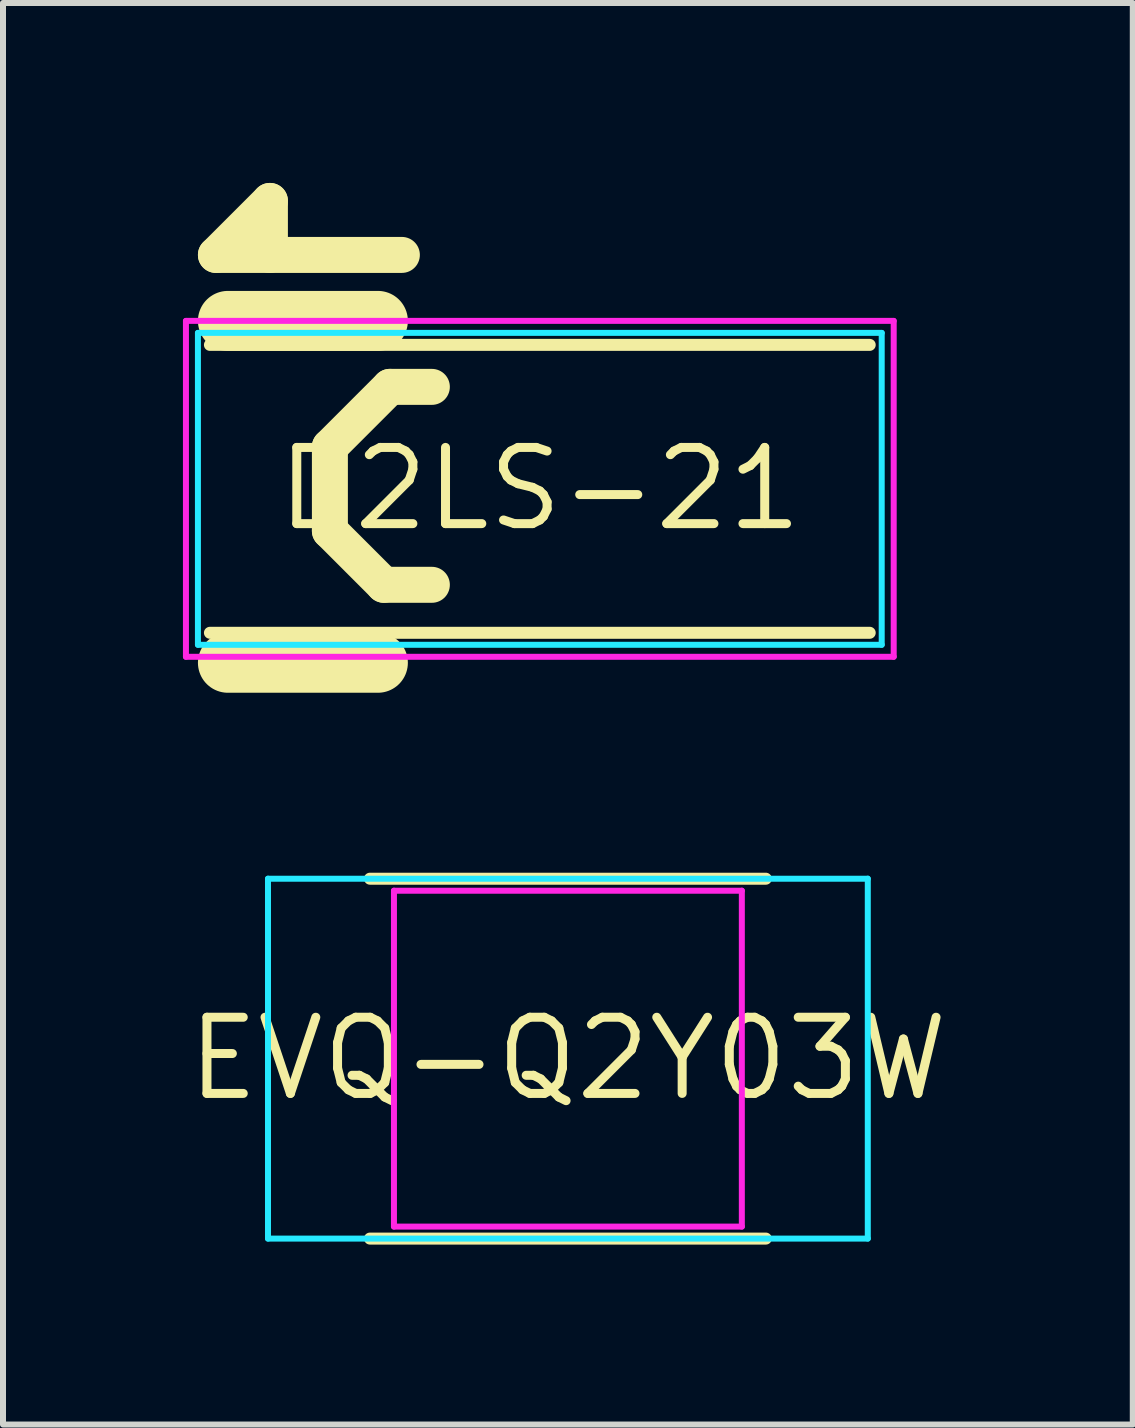
<source format=kicad_pcb>
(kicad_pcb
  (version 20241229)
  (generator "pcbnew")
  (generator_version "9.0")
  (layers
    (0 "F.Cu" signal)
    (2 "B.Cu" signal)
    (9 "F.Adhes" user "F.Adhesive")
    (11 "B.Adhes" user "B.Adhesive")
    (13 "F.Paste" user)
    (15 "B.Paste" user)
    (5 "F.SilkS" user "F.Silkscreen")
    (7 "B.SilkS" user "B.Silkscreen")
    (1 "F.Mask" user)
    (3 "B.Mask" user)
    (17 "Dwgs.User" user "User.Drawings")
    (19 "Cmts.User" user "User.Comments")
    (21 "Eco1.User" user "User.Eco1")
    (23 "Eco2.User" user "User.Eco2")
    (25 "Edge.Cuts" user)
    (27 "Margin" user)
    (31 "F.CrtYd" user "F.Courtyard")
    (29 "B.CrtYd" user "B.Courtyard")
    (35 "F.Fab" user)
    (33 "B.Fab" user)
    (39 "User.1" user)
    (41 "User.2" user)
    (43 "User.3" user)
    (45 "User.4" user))
  (footprint "EVQ-Q2Y03W"
    (layer "F.Cu")
    (at 6.418 14.6)
    (property "Reference" "EVQ-Q2Y03W" (at 0 0 0) (layer "F.SilkS") (effects (font (size 1.27 1.27) (thickness 0.15))))
    (attr through_hole)
    (fp_line (start -3.3 -3) (end 3.3 -3) (stroke (width 0.2) (type solid)) (layer "F.SilkS"))
    (fp_line (start -3.3 3) (end 3.3 3) (stroke (width 0.2) (type solid)) (layer "F.SilkS"))
    (fp_line (start -5 -3) (end 5 -3) (stroke (width 0.1) (type solid)) (layer "B.CrtYd"))
    (fp_line (start -5 3) (end -5 -3) (stroke (width 0.1) (type solid)) (layer "B.CrtYd"))
    (fp_line (start -5 3) (end 5 3) (stroke (width 0.1) (type solid)) (layer "B.CrtYd"))
    (fp_line (start 5 3) (end 5 -3) (stroke (width 0.1) (type solid)) (layer "B.CrtYd"))
    (fp_line (start -2.9 -2.8) (end 2.9 -2.8) (stroke (width 0.1) (type solid)) (layer "F.CrtYd"))
    (fp_line (start -2.9 2.8) (end -2.9 -2.8) (stroke (width 0.1) (type solid)) (layer "F.CrtYd"))
    (fp_line (start -2.9 2.8) (end 2.9 2.8) (stroke (width 0.1) (type solid)) (layer "F.CrtYd"))
    (fp_line (start 2.9 2.8) (end 2.9 -2.8) (stroke (width 0.1) (type solid)) (layer "F.CrtYd")))
  (footprint "D2LS-21"
    (layer "F.Cu")
    (at 5.95 5.1)
    (property "Reference" "D2LS-21" (at 0 0 0) (layer "F.SilkS") (effects (font (size 1.27 1.27) (thickness 0.15))))
    (attr through_hole)
    (fp_line (start -5.5 -2.4) (end 5.5 -2.4) (stroke (width 0.2) (type solid)) (layer "F.SilkS"))
    (fp_line (start -5.5 2.4) (end 5.5 2.4) (stroke (width 0.2) (type solid)) (layer "F.SilkS"))
    (fp_line (start -5.4 -3.9) (end -4.5 -4.8) (stroke (width 0.6) (type solid)) (layer "F.SilkS"))
    (fp_line (start -5.4 -3.9) (end -2.3 -3.9) (stroke (width 0.6) (type solid)) (layer "F.SilkS"))
    (fp_line (start -5.2 -2.8) (end -2.7 -2.8) (stroke (width 1) (type solid)) (layer "F.SilkS"))
    (fp_line (start -5.2 2.9) (end -2.7 2.9) (stroke (width 1) (type solid)) (layer "F.SilkS"))
    (fp_line (start -4.5 -3.9) (end -4.5 -4.8) (stroke (width 0.6) (type solid)) (layer "F.SilkS"))
    (fp_line (start -3.5 -0.7) (end -2.5 -1.7) (stroke (width 0.6) (type solid)) (layer "F.SilkS"))
    (fp_line (start -3.5 0.7) (end -3.5 -0.7) (stroke (width 0.6) (type solid)) (layer "F.SilkS"))
    (fp_line (start -3.5 0.7) (end -2.6 1.6) (stroke (width 0.6) (type solid)) (layer "F.SilkS"))
    (fp_line (start -2.6 1.6) (end -1.8 1.6) (stroke (width 0.6) (type solid)) (layer "F.SilkS"))
    (fp_line (start -2.5 -1.7) (end -1.8 -1.7) (stroke (width 0.6) (type solid)) (layer "F.SilkS"))
    (fp_line (start -5.7 -2.6) (end 5.7 -2.6) (stroke (width 0.1) (type solid)) (layer "B.CrtYd"))
    (fp_line (start -5.7 2.6) (end -5.7 -2.6) (stroke (width 0.1) (type solid)) (layer "B.CrtYd"))
    (fp_line (start -5.7 2.6) (end 5.7 2.6) (stroke (width 0.1) (type solid)) (layer "B.CrtYd"))
    (fp_line (start 5.7 2.6) (end 5.7 -2.6) (stroke (width 0.1) (type solid)) (layer "B.CrtYd"))
    (fp_line (start -5.9 -2.8) (end 5.9 -2.8) (stroke (width 0.1) (type solid)) (layer "F.CrtYd"))
    (fp_line (start -5.9 2.8) (end -5.9 -2.8) (stroke (width 0.1) (type solid)) (layer "F.CrtYd"))
    (fp_line (start -5.9 2.8) (end 5.9 2.8) (stroke (width 0.1) (type solid)) (layer "F.CrtYd"))
    (fp_line (start 5.9 2.8) (end 5.9 -2.8) (stroke (width 0.1) (type solid)) (layer "F.CrtYd")))
  (gr_rect
    (start -3 -3)
    (end 15.836 20.7)
    (stroke (width 0.1) (type default))
    (fill no)
    (layer "Edge.Cuts")))
</source>
